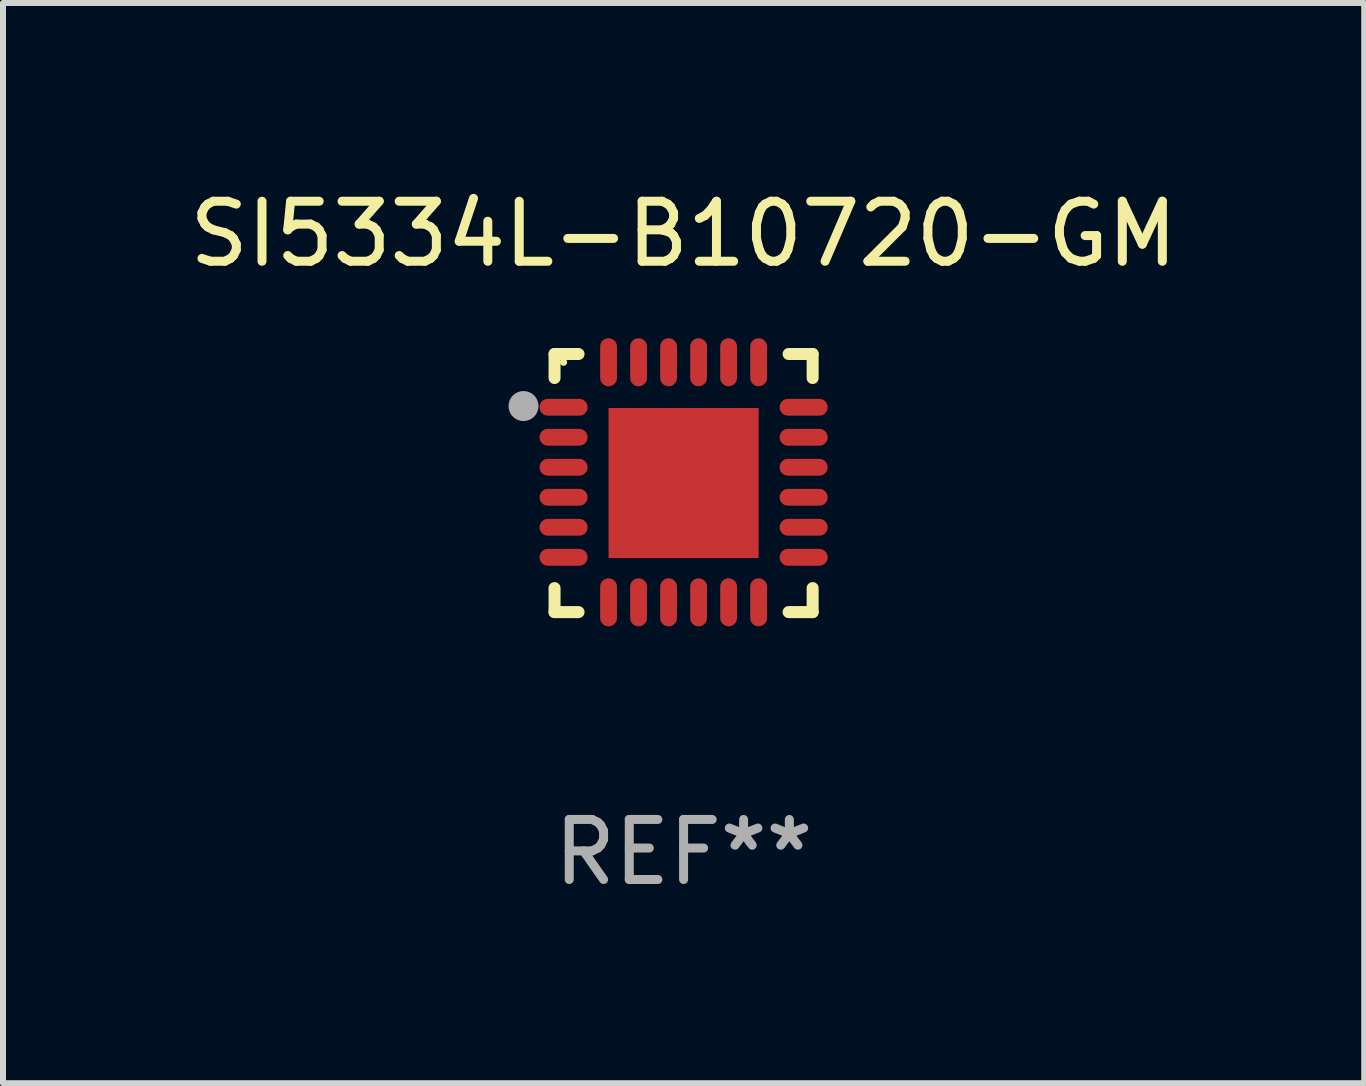
<source format=kicad_pcb>
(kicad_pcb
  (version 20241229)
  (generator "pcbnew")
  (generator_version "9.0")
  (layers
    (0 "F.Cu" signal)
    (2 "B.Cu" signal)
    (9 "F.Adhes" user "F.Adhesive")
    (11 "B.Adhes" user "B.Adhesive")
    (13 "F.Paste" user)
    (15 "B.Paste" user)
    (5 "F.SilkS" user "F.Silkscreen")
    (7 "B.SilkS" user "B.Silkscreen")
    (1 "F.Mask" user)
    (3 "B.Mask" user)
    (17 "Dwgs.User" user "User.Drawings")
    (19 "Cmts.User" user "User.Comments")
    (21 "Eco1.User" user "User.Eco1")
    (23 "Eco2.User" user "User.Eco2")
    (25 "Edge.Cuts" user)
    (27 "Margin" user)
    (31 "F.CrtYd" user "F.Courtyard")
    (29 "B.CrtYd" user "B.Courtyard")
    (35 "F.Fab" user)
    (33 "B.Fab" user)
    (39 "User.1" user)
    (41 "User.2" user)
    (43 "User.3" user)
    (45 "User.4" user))
  (footprint "SI5334L-B10720-GM"
    (layer "F.Cu")
    (at 8.339 4.998)
    (property "Reference" "SI5334L-B10720-GM" (at 0 -4.15 0) (layer "F.SilkS") (effects (font (size 1 1) (thickness 0.15))))
    (attr through_hole)
    (fp_line (start -2.15 -2.15) (end -1.75 -2.15) (stroke (width 0.2) (type solid)) (layer "F.SilkS"))
    (fp_line (start -2.15 -1.75) (end -2.15 -2.15) (stroke (width 0.2) (type solid)) (layer "F.SilkS"))
    (fp_line (start -2.15 2.15) (end -2.15 1.75) (stroke (width 0.2) (type solid)) (layer "F.SilkS"))
    (fp_line (start -1.75 2.15) (end -2.15 2.15) (stroke (width 0.2) (type solid)) (layer "F.SilkS"))
    (fp_line (start 1.75 -2.15) (end 2.15 -2.15) (stroke (width 0.2) (type solid)) (layer "F.SilkS"))
    (fp_line (start 1.75 2.15) (end 2.15 2.15) (stroke (width 0.2) (type solid)) (layer "F.SilkS"))
    (fp_line (start 2.15 -2.15) (end 2.15 -1.75) (stroke (width 0.2) (type solid)) (layer "F.SilkS"))
    (fp_line (start 2.15 2.15) (end 2.15 1.75) (stroke (width 0.2) (type solid)) (layer "F.SilkS"))
    (fp_circle (center -2 -2.013) (end -1.97 -2.013) (stroke (width 0.06) (type solid)) (fill no) (layer "F.SilkS"))
    (fp_circle (center -2.667 -1.283) (end -2.542 -1.283) (stroke (width 0.25) (type solid)) (fill no) (layer "F.Fab"))
    (fp_text user "REF**" (at 0 6.15 0) (layer "F.Fab") (effects (font (size 1 1) (thickness 0.15))))
    (pad "1" smd oval (at -2 -1.263) (size 0.8 0.28) (layers "F.Cu" "F.Mask" "F.Paste"))
    (pad "2" smd oval (at -2 -0.763) (size 0.8 0.28) (layers "F.Cu" "F.Mask" "F.Paste"))
    (pad "3" smd oval (at -2 -0.263) (size 0.8 0.28) (layers "F.Cu" "F.Mask" "F.Paste"))
    (pad "4" smd oval (at -2 0.237) (size 0.8 0.28) (layers "F.Cu" "F.Mask" "F.Paste"))
    (pad "5" smd oval (at -2 0.737) (size 0.8 0.28) (layers "F.Cu" "F.Mask" "F.Paste"))
    (pad "6" smd oval (at -2 1.237) (size 0.8 0.28) (layers "F.Cu" "F.Mask" "F.Paste"))
    (pad "7" smd oval (at -1.25 1.987) (size 0.28 0.8) (layers "F.Cu" "F.Mask" "F.Paste"))
    (pad "8" smd oval (at -0.75 1.987) (size 0.28 0.8) (layers "F.Cu" "F.Mask" "F.Paste"))
    (pad "9" smd oval (at -0.25 1.987) (size 0.28 0.8) (layers "F.Cu" "F.Mask" "F.Paste"))
    (pad "10" smd oval (at 0.25 1.987) (size 0.28 0.8) (layers "F.Cu" "F.Mask" "F.Paste"))
    (pad "11" smd oval (at 0.75 1.987) (size 0.28 0.8) (layers "F.Cu" "F.Mask" "F.Paste"))
    (pad "12" smd oval (at 1.25 1.987) (size 0.28 0.8) (layers "F.Cu" "F.Mask" "F.Paste"))
    (pad "13" smd oval (at 2 1.237) (size 0.8 0.28) (layers "F.Cu" "F.Mask" "F.Paste"))
    (pad "14" smd oval (at 2 0.737) (size 0.8 0.28) (layers "F.Cu" "F.Mask" "F.Paste"))
    (pad "15" smd oval (at 2 0.237) (size 0.8 0.28) (layers "F.Cu" "F.Mask" "F.Paste"))
    (pad "16" smd oval (at 2 -0.263) (size 0.8 0.28) (layers "F.Cu" "F.Mask" "F.Paste"))
    (pad "17" smd oval (at 2 -0.763) (size 0.8 0.28) (layers "F.Cu" "F.Mask" "F.Paste"))
    (pad "18" smd oval (at 2 -1.263) (size 0.8 0.28) (layers "F.Cu" "F.Mask" "F.Paste"))
    (pad "19" smd oval (at 1.25 -2.013) (size 0.28 0.8) (layers "F.Cu" "F.Mask" "F.Paste"))
    (pad "20" smd oval (at 0.75 -2.013) (size 0.28 0.8) (layers "F.Cu" "F.Mask" "F.Paste"))
    (pad "21" smd oval (at 0.25 -2.013) (size 0.28 0.8) (layers "F.Cu" "F.Mask" "F.Paste"))
    (pad "22" smd oval (at -0.25 -2.013) (size 0.28 0.8) (layers "F.Cu" "F.Mask" "F.Paste"))
    (pad "23" smd oval (at -0.75 -2.013) (size 0.28 0.8) (layers "F.Cu" "F.Mask" "F.Paste"))
    (pad "24" smd oval (at -1.25 -2.013) (size 0.28 0.8) (layers "F.Cu" "F.Mask" "F.Paste"))
    (pad "25" smd rect (at -0.000127 -0.00014) (size 2.5 2.5) (layers "F.Cu" "F.Mask" "F.Paste")))
  (gr_rect
    (start -3 -3)
    (end 19.679 14.997)
    (stroke (width 0.1) (type default))
    (fill no)
    (layer "Edge.Cuts")))
</source>
